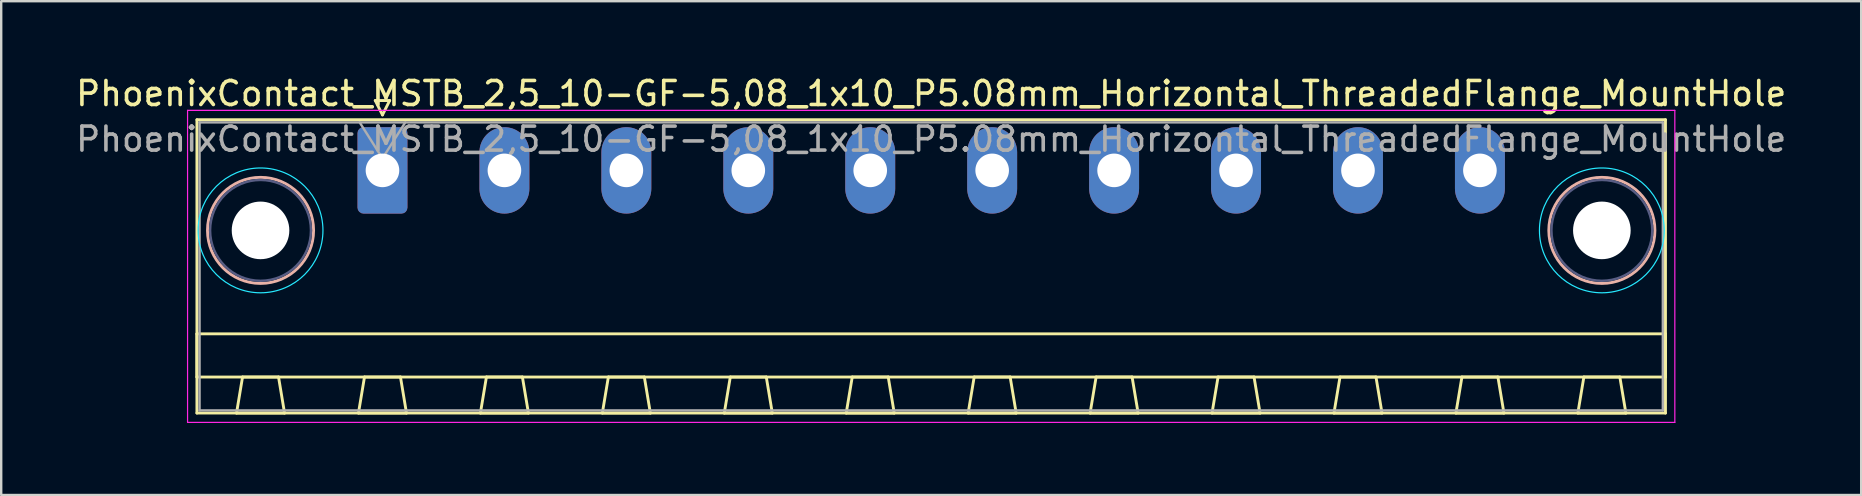
<source format=kicad_pcb>
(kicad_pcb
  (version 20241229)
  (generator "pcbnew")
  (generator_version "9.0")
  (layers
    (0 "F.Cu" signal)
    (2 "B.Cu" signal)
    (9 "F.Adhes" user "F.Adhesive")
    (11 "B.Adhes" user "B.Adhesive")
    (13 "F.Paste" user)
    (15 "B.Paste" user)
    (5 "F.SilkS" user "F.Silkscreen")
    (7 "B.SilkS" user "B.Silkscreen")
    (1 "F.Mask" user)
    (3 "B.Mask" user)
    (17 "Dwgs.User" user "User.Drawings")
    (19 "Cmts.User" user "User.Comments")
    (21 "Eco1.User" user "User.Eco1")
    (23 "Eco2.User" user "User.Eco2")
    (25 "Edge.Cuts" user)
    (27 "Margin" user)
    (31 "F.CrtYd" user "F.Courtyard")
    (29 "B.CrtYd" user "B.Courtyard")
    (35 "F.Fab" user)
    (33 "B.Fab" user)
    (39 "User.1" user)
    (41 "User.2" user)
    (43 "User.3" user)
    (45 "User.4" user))
  (footprint "PhoenixContact_MSTB_2,5_10-GF-5,08_1x10_P5.08mm_Horizontal_ThreadedFlange_MountHole"
    (layer "F.Cu")
    (at 12.884 4.048)
    (property "Reference" "PhoenixContact_MSTB_2,5_10-GF-5,08_1x10_P5.08mm_Horizontal_ThreadedFlange_MountHole" (at 22.86 -3.2 0) (layer "F.SilkS") (effects (font (size 1 1) (thickness 0.15))))
    (attr through_hole)
    (fp_line (start -7.73 -2.11) (end -7.73 10.11) (stroke (width 0.12) (type solid)) (layer "F.SilkS"))
    (fp_line (start -7.73 6.81) (end 53.45 6.81) (stroke (width 0.12) (type solid)) (layer "F.SilkS"))
    (fp_line (start -7.73 8.61) (end -7.73 6.81) (stroke (width 0.12) (type solid)) (layer "F.SilkS"))
    (fp_line (start -7.73 10.11) (end 53.45 10.11) (stroke (width 0.12) (type solid)) (layer "F.SilkS"))
    (fp_line (start -6.08 10.11) (end -4.08 10.11) (stroke (width 0.12) (type solid)) (layer "F.SilkS"))
    (fp_line (start -5.83 8.61) (end -6.08 10.11) (stroke (width 0.12) (type solid)) (layer "F.SilkS"))
    (fp_line (start -4.33 8.61) (end -5.83 8.61) (stroke (width 0.12) (type solid)) (layer "F.SilkS"))
    (fp_line (start -4.08 10.11) (end -4.33 8.61) (stroke (width 0.12) (type solid)) (layer "F.SilkS"))
    (fp_line (start -1 10.11) (end 1 10.11) (stroke (width 0.12) (type solid)) (layer "F.SilkS"))
    (fp_line (start -0.75 8.61) (end -1 10.11) (stroke (width 0.12) (type solid)) (layer "F.SilkS"))
    (fp_line (start -0.3 -2.91) (end 0.3 -2.91) (stroke (width 0.12) (type solid)) (layer "F.SilkS"))
    (fp_line (start 0 -2.31) (end -0.3 -2.91) (stroke (width 0.12) (type solid)) (layer "F.SilkS"))
    (fp_line (start 0.3 -2.91) (end 0 -2.31) (stroke (width 0.12) (type solid)) (layer "F.SilkS"))
    (fp_line (start 0.75 8.61) (end -0.75 8.61) (stroke (width 0.12) (type solid)) (layer "F.SilkS"))
    (fp_line (start 1 10.11) (end 0.75 8.61) (stroke (width 0.12) (type solid)) (layer "F.SilkS"))
    (fp_line (start 4.08 10.11) (end 6.08 10.11) (stroke (width 0.12) (type solid)) (layer "F.SilkS"))
    (fp_line (start 4.33 8.61) (end 4.08 10.11) (stroke (width 0.12) (type solid)) (layer "F.SilkS"))
    (fp_line (start 5.83 8.61) (end 4.33 8.61) (stroke (width 0.12) (type solid)) (layer "F.SilkS"))
    (fp_line (start 6.08 10.11) (end 5.83 8.61) (stroke (width 0.12) (type solid)) (layer "F.SilkS"))
    (fp_line (start 9.16 10.11) (end 11.16 10.11) (stroke (width 0.12) (type solid)) (layer "F.SilkS"))
    (fp_line (start 9.41 8.61) (end 9.16 10.11) (stroke (width 0.12) (type solid)) (layer "F.SilkS"))
    (fp_line (start 10.91 8.61) (end 9.41 8.61) (stroke (width 0.12) (type solid)) (layer "F.SilkS"))
    (fp_line (start 11.16 10.11) (end 10.91 8.61) (stroke (width 0.12) (type solid)) (layer "F.SilkS"))
    (fp_line (start 14.24 10.11) (end 16.24 10.11) (stroke (width 0.12) (type solid)) (layer "F.SilkS"))
    (fp_line (start 14.49 8.61) (end 14.24 10.11) (stroke (width 0.12) (type solid)) (layer "F.SilkS"))
    (fp_line (start 15.99 8.61) (end 14.49 8.61) (stroke (width 0.12) (type solid)) (layer "F.SilkS"))
    (fp_line (start 16.24 10.11) (end 15.99 8.61) (stroke (width 0.12) (type solid)) (layer "F.SilkS"))
    (fp_line (start 19.32 10.11) (end 21.32 10.11) (stroke (width 0.12) (type solid)) (layer "F.SilkS"))
    (fp_line (start 19.57 8.61) (end 19.32 10.11) (stroke (width 0.12) (type solid)) (layer "F.SilkS"))
    (fp_line (start 21.07 8.61) (end 19.57 8.61) (stroke (width 0.12) (type solid)) (layer "F.SilkS"))
    (fp_line (start 21.32 10.11) (end 21.07 8.61) (stroke (width 0.12) (type solid)) (layer "F.SilkS"))
    (fp_line (start 24.4 10.11) (end 26.4 10.11) (stroke (width 0.12) (type solid)) (layer "F.SilkS"))
    (fp_line (start 24.65 8.61) (end 24.4 10.11) (stroke (width 0.12) (type solid)) (layer "F.SilkS"))
    (fp_line (start 26.15 8.61) (end 24.65 8.61) (stroke (width 0.12) (type solid)) (layer "F.SilkS"))
    (fp_line (start 26.4 10.11) (end 26.15 8.61) (stroke (width 0.12) (type solid)) (layer "F.SilkS"))
    (fp_line (start 29.48 10.11) (end 31.48 10.11) (stroke (width 0.12) (type solid)) (layer "F.SilkS"))
    (fp_line (start 29.73 8.61) (end 29.48 10.11) (stroke (width 0.12) (type solid)) (layer "F.SilkS"))
    (fp_line (start 31.23 8.61) (end 29.73 8.61) (stroke (width 0.12) (type solid)) (layer "F.SilkS"))
    (fp_line (start 31.48 10.11) (end 31.23 8.61) (stroke (width 0.12) (type solid)) (layer "F.SilkS"))
    (fp_line (start 34.56 10.11) (end 36.56 10.11) (stroke (width 0.12) (type solid)) (layer "F.SilkS"))
    (fp_line (start 34.81 8.61) (end 34.56 10.11) (stroke (width 0.12) (type solid)) (layer "F.SilkS"))
    (fp_line (start 36.31 8.61) (end 34.81 8.61) (stroke (width 0.12) (type solid)) (layer "F.SilkS"))
    (fp_line (start 36.56 10.11) (end 36.31 8.61) (stroke (width 0.12) (type solid)) (layer "F.SilkS"))
    (fp_line (start 39.64 10.11) (end 41.64 10.11) (stroke (width 0.12) (type solid)) (layer "F.SilkS"))
    (fp_line (start 39.89 8.61) (end 39.64 10.11) (stroke (width 0.12) (type solid)) (layer "F.SilkS"))
    (fp_line (start 41.39 8.61) (end 39.89 8.61) (stroke (width 0.12) (type solid)) (layer "F.SilkS"))
    (fp_line (start 41.64 10.11) (end 41.39 8.61) (stroke (width 0.12) (type solid)) (layer "F.SilkS"))
    (fp_line (start 44.72 10.11) (end 46.72 10.11) (stroke (width 0.12) (type solid)) (layer "F.SilkS"))
    (fp_line (start 44.97 8.61) (end 44.72 10.11) (stroke (width 0.12) (type solid)) (layer "F.SilkS"))
    (fp_line (start 46.47 8.61) (end 44.97 8.61) (stroke (width 0.12) (type solid)) (layer "F.SilkS"))
    (fp_line (start 46.72 10.11) (end 46.47 8.61) (stroke (width 0.12) (type solid)) (layer "F.SilkS"))
    (fp_line (start 49.8 10.11) (end 51.8 10.11) (stroke (width 0.12) (type solid)) (layer "F.SilkS"))
    (fp_line (start 50.05 8.61) (end 49.8 10.11) (stroke (width 0.12) (type solid)) (layer "F.SilkS"))
    (fp_line (start 51.55 8.61) (end 50.05 8.61) (stroke (width 0.12) (type solid)) (layer "F.SilkS"))
    (fp_line (start 51.8 10.11) (end 51.55 8.61) (stroke (width 0.12) (type solid)) (layer "F.SilkS"))
    (fp_line (start 53.45 -2.11) (end -7.73 -2.11) (stroke (width 0.12) (type solid)) (layer "F.SilkS"))
    (fp_line (start 53.45 6.81) (end 53.45 8.61) (stroke (width 0.12) (type solid)) (layer "F.SilkS"))
    (fp_line (start 53.45 8.61) (end -7.73 8.61) (stroke (width 0.12) (type solid)) (layer "F.SilkS"))
    (fp_line (start 53.45 10.11) (end 53.45 -2.11) (stroke (width 0.12) (type solid)) (layer "F.SilkS"))
    (fp_circle (center -5.08 2.5) (end -2.87 2.5) (stroke (width 0.12) (type solid)) (fill no) (layer "B.SilkS"))
    (fp_circle (center 50.8 2.5) (end 53.01 2.5) (stroke (width 0.12) (type solid)) (fill no) (layer "B.SilkS"))
    (fp_circle (center -5.08 2.5) (end -2.48 2.5) (stroke (width 0.05) (type solid)) (fill no) (layer "B.CrtYd"))
    (fp_circle (center 50.8 2.5) (end 53.4 2.5) (stroke (width 0.05) (type solid)) (fill no) (layer "B.CrtYd"))
    (fp_line (start -8.12 -2.5) (end -8.12 10.5) (stroke (width 0.05) (type solid)) (layer "F.CrtYd"))
    (fp_line (start -8.12 10.5) (end 53.84 10.5) (stroke (width 0.05) (type solid)) (layer "F.CrtYd"))
    (fp_line (start 53.84 -2.5) (end -8.12 -2.5) (stroke (width 0.05) (type solid)) (layer "F.CrtYd"))
    (fp_line (start 53.84 10.5) (end 53.84 -2.5) (stroke (width 0.05) (type solid)) (layer "F.CrtYd"))
    (fp_circle (center -5.08 2.5) (end -2.98 2.5) (stroke (width 0.1) (type solid)) (fill no) (layer "B.Fab"))
    (fp_circle (center 50.8 2.5) (end 52.9 2.5) (stroke (width 0.1) (type solid)) (fill no) (layer "B.Fab"))
    (fp_line (start -7.62 -2) (end -7.62 10) (stroke (width 0.1) (type solid)) (layer "F.Fab"))
    (fp_line (start -7.62 10) (end 53.34 10) (stroke (width 0.1) (type solid)) (layer "F.Fab"))
    (fp_line (start 0 -0.5) (end -0.95 -2) (stroke (width 0.1) (type solid)) (layer "F.Fab"))
    (fp_line (start 0.95 -2) (end 0 -0.5) (stroke (width 0.1) (type solid)) (layer "F.Fab"))
    (fp_line (start 53.34 -2) (end -7.62 -2) (stroke (width 0.1) (type solid)) (layer "F.Fab"))
    (fp_line (start 53.34 10) (end 53.34 -2) (stroke (width 0.1) (type solid)) (layer "F.Fab"))
    (fp_text user "${REFERENCE}" (at 22.86 -1.3 0) (layer "F.Fab") (effects (font (size 1 1) (thickness 0.15))))
    (pad "" np_thru_hole circle (at -5.08 2.5) (size 2.4 2.4) (drill 2.4) (layers "*.Cu" "*.Mask"))
    (pad "" np_thru_hole circle (at 50.8 2.5) (size 2.4 2.4) (drill 2.4) (layers "*.Cu" "*.Mask"))
    (pad "1" thru_hole roundrect (at 0 0) (size 2.08 3.6) (drill 1.4) (layers "*.Cu" "*.Mask") (roundrect_rratio 0.12))
    (pad "2" thru_hole oval (at 5.08 0) (size 2.08 3.6) (drill 1.4) (layers "*.Cu" "*.Mask"))
    (pad "3" thru_hole oval (at 10.16 0) (size 2.08 3.6) (drill 1.4) (layers "*.Cu" "*.Mask"))
    (pad "4" thru_hole oval (at 15.24 0) (size 2.08 3.6) (drill 1.4) (layers "*.Cu" "*.Mask"))
    (pad "5" thru_hole oval (at 20.32 0) (size 2.08 3.6) (drill 1.4) (layers "*.Cu" "*.Mask"))
    (pad "6" thru_hole oval (at 25.4 0) (size 2.08 3.6) (drill 1.4) (layers "*.Cu" "*.Mask"))
    (pad "7" thru_hole oval (at 30.48 0) (size 2.08 3.6) (drill 1.4) (layers "*.Cu" "*.Mask"))
    (pad "8" thru_hole oval (at 35.56 0) (size 2.08 3.6) (drill 1.4) (layers "*.Cu" "*.Mask"))
    (pad "9" thru_hole oval (at 40.64 0) (size 2.08 3.6) (drill 1.4) (layers "*.Cu" "*.Mask"))
    (pad "10" thru_hole oval (at 45.72 0) (size 2.08 3.6) (drill 1.4) (layers "*.Cu" "*.Mask")))
  (gr_rect
    (start -3 -3)
    (end 74.488 17.573)
    (stroke (width 0.1) (type default))
    (fill no)
    (layer "Edge.Cuts")))
</source>
